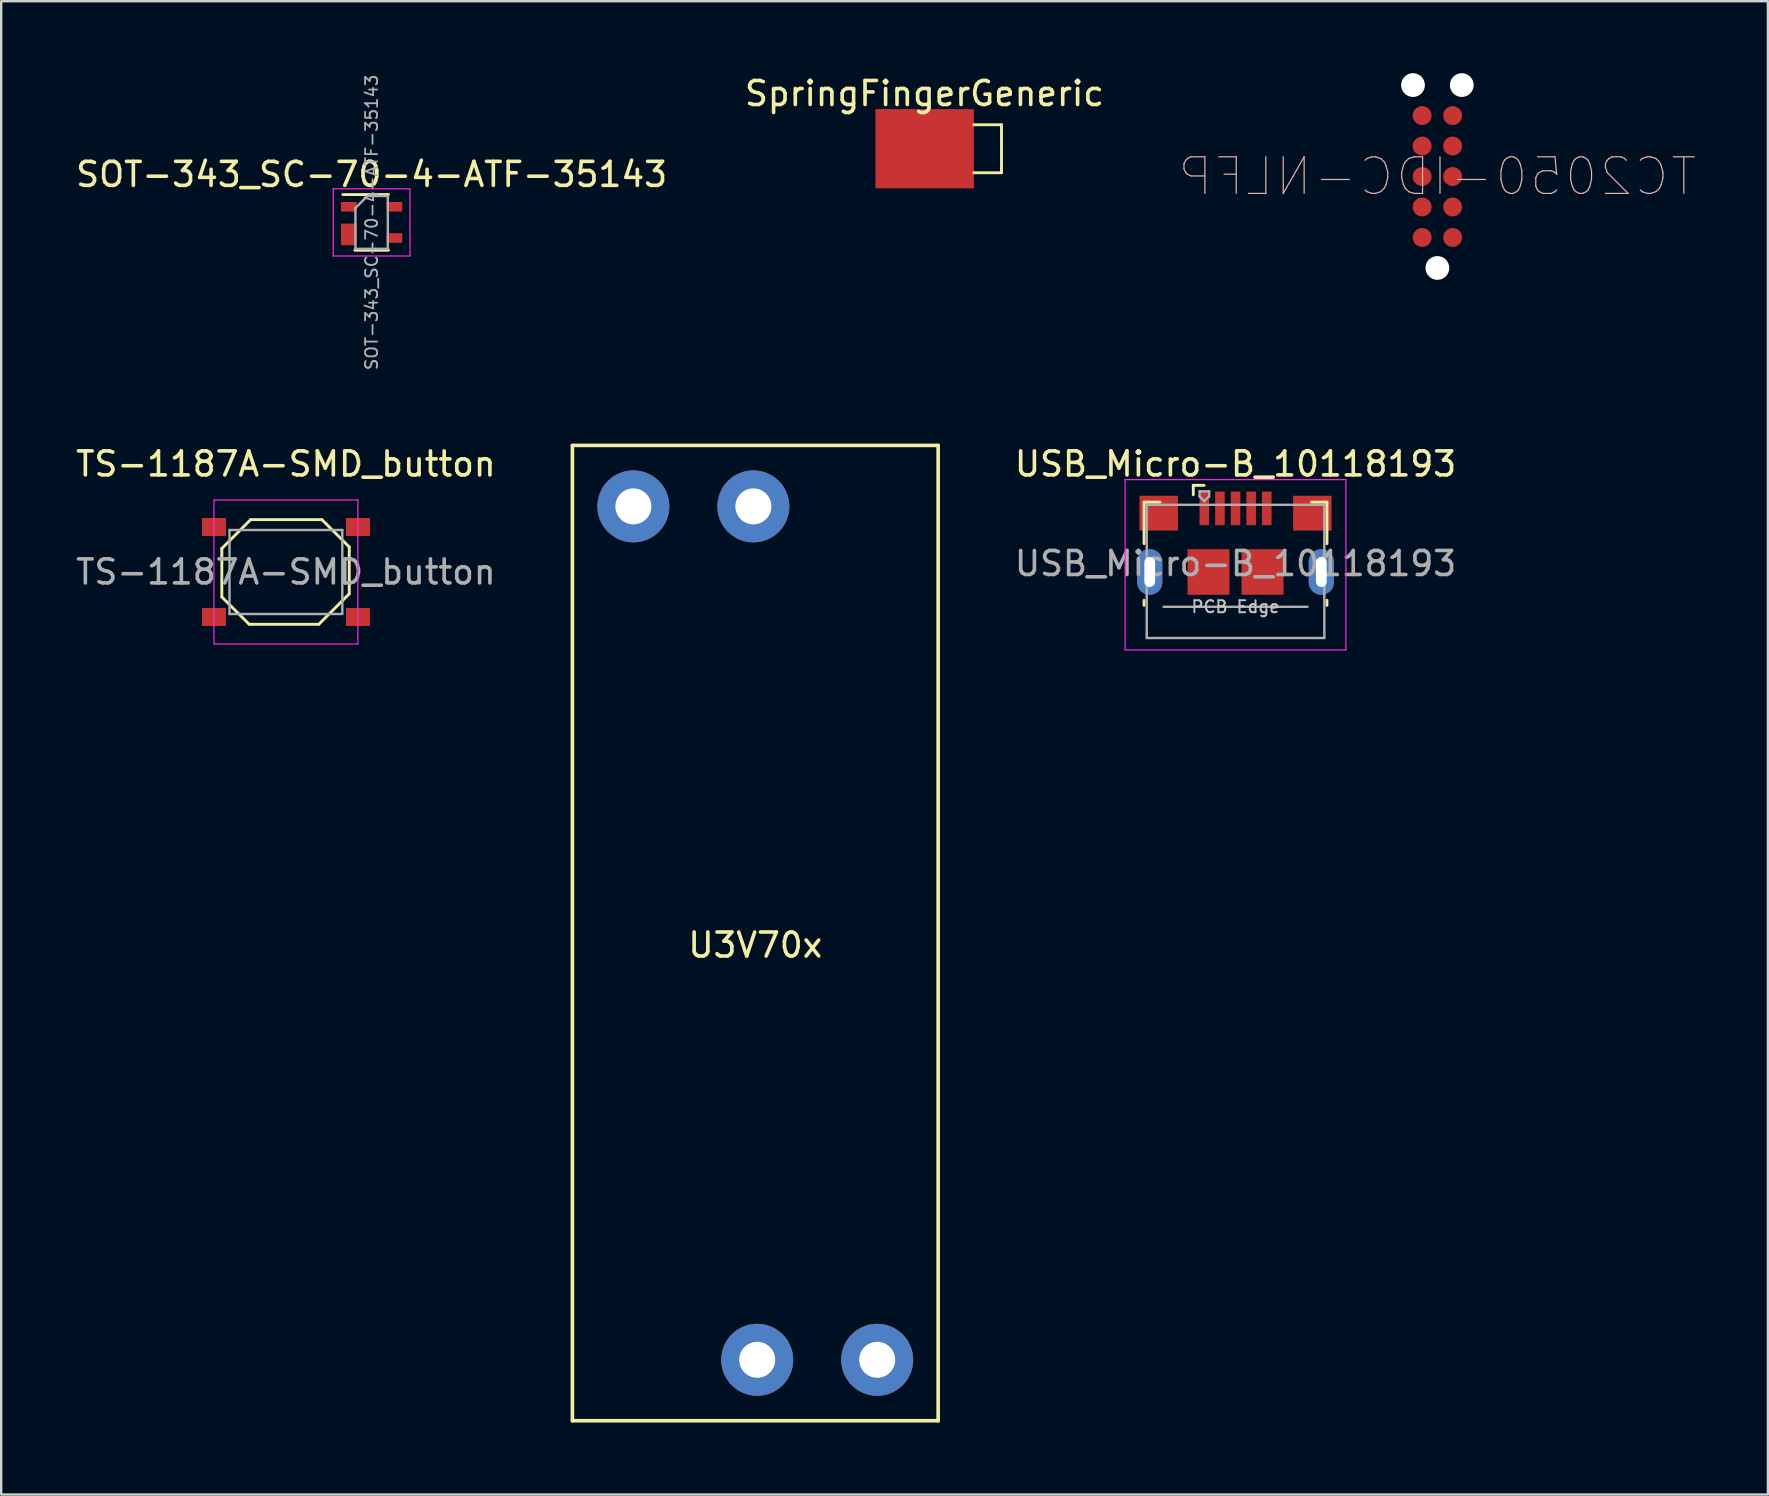
<source format=kicad_pcb>
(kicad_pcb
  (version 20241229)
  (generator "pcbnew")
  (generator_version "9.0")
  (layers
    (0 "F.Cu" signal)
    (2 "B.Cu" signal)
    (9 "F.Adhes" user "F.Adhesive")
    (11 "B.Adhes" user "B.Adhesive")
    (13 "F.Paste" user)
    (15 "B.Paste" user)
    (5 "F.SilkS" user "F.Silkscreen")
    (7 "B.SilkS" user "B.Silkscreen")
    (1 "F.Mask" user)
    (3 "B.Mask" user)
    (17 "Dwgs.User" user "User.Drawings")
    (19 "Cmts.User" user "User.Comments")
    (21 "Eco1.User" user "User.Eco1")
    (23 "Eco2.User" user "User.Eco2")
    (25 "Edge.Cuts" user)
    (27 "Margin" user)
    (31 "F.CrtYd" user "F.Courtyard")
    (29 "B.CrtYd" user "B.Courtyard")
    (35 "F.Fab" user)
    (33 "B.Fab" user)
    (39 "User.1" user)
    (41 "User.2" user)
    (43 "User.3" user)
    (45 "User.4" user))
  (footprint "SpringFingerGeneric"
    (layer "F.Cu")
    (at 35.48 3.148)
    (property "Reference" "SpringFingerGeneric" (at -0.01 -2.3 0) (layer "F.SilkS") (effects (font (size 1 1) (thickness 0.15))))
    (attr through_hole)
    (fp_line (start 2.05 1) (end 3.2 1) (stroke (width 0.12) (type solid)) (layer "F.SilkS"))
    (fp_line (start 3.2 -1) (end 2.05 -1) (stroke (width 0.12) (type solid)) (layer "F.SilkS"))
    (fp_line (start 3.2 1) (end 3.2 -1) (stroke (width 0.12) (type solid)) (layer "F.SilkS"))
    (pad "1" smd rect (at 0 0) (size 4.1 3.3) (layers "F.Cu" "F.Mask" "F.Paste")))
  (footprint "U3V70x"
    (layer "F.Cu")
    (at 28.421 35.83)
    (property "Reference" "U3V70x" (at 0 0.5 0) (layer "F.SilkS") (effects (font (size 1 1) (thickness 0.15))))
    (attr through_hole)
    (fp_line (start -7.62 -20.32) (end 7.62 -20.32) (stroke (width 0.15) (type solid)) (layer "F.SilkS"))
    (fp_line (start -7.62 20.32) (end -7.62 -20.32) (stroke (width 0.15) (type solid)) (layer "F.SilkS"))
    (fp_line (start 7.62 -20.32) (end 7.62 20.32) (stroke (width 0.15) (type solid)) (layer "F.SilkS"))
    (fp_line (start 7.62 20.32) (end -7.62 20.32) (stroke (width 0.15) (type solid)) (layer "F.SilkS"))
    (pad "1" thru_hole circle (at -5.08 -17.78) (size 3 3) (drill 1.5) (layers "*.Cu" "*.Mask"))
    (pad "2" thru_hole circle (at -0.08 -17.78) (size 3 3) (drill 1.5) (layers "*.Cu" "*.Mask"))
    (pad "3" thru_hole circle (at 5.08 17.78) (size 3 3) (drill 1.5) (layers "*.Cu" "*.Mask"))
    (pad "4" thru_hole circle (at 0.08 17.78) (size 3 3) (drill 1.5) (layers "*.Cu" "*.Mask")))
  (footprint "TS-1187A-SMD_button"
    (layer "F.Cu")
    (at 8.863 20.783)
    (property "Reference" "TS-1187A-SMD_button" (at 0 -4.5 0) (layer "F.SilkS") (effects (font (size 1 1) (thickness 0.15))))
    (attr smd)
    (fp_line (start -2.67 -0.98) (end -2.67 1.04) (stroke (width 0.12) (type solid)) (layer "F.SilkS"))
    (fp_line (start -2.67 1.04) (end -1.55 2.16) (stroke (width 0.12) (type solid)) (layer "F.SilkS"))
    (fp_line (start -1.47 -2.18) (end -2.67 -0.98) (stroke (width 0.12) (type solid)) (layer "F.SilkS"))
    (fp_line (start -1.41 2.18) (end -1.53 2.18) (stroke (width 0.12) (type solid)) (layer "F.SilkS"))
    (fp_line (start -1.41 2.18) (end 1.37 2.18) (stroke (width 0.12) (type solid)) (layer "F.SilkS"))
    (fp_line (start 1.37 2.18) (end 2.64 0.91) (stroke (width 0.12) (type solid)) (layer "F.SilkS"))
    (fp_line (start 1.5 -2.18) (end -1.47 -2.18) (stroke (width 0.12) (type solid)) (layer "F.SilkS"))
    (fp_line (start 2.64 -1.04) (end 1.5 -2.18) (stroke (width 0.12) (type solid)) (layer "F.SilkS"))
    (fp_line (start 2.64 0.91) (end 2.64 -1.04) (stroke (width 0.12) (type solid)) (layer "F.SilkS"))
    (fp_line (start -3 3) (end -3 -3) (stroke (width 0.05) (type solid)) (layer "F.CrtYd"))
    (fp_line (start 3 -3) (end -3 -3) (stroke (width 0.05) (type solid)) (layer "F.CrtYd"))
    (fp_line (start 3 3) (end -3 3) (stroke (width 0.05) (type solid)) (layer "F.CrtYd"))
    (fp_line (start 3 3) (end 3 -3) (stroke (width 0.05) (type solid)) (layer "F.CrtYd"))
    (fp_line (start -2.35 1.75) (end -2.35 -1.75) (stroke (width 0.1) (type solid)) (layer "F.Fab"))
    (fp_line (start 2.35 -1.75) (end -2.35 -1.75) (stroke (width 0.1) (type solid)) (layer "F.Fab"))
    (fp_line (start 2.35 1.75) (end -2.35 1.75) (stroke (width 0.1) (type solid)) (layer "F.Fab"))
    (fp_line (start 2.35 1.75) (end 2.35 -1.75) (stroke (width 0.1) (type solid)) (layer "F.Fab"))
    (fp_text user "${REFERENCE}" (at 0 0 0) (layer "F.Fab") (effects (font (size 1 1) (thickness 0.15))))
    (pad "1" smd rect (at -3 -1.875 180) (size 1 0.75) (layers "F.Cu" "F.Mask" "F.Paste"))
    (pad "1" smd rect (at 3 -1.875 180) (size 1 0.75) (layers "F.Cu" "F.Mask" "F.Paste"))
    (pad "2" smd rect (at -3 1.875 180) (size 1 0.75) (layers "F.Cu" "F.Mask" "F.Paste"))
    (pad "2" smd rect (at 3 1.875 180) (size 1 0.75) (layers "F.Cu" "F.Mask" "F.Paste")))
  (footprint "USB_Micro-B_10118193"
    (layer "F.Cu")
    (at 48.432 19.583)
    (property "Reference" "USB_Micro-B_10118193" (at 0 -3.3 0) (layer "F.SilkS") (effects (font (size 1 1) (thickness 0.15))))
    (attr smd)
    (fp_line (start -3.81 -1.71) (end -3.15 -1.71) (stroke (width 0.12) (type solid)) (layer "F.SilkS"))
    (fp_line (start -3.81 0.02) (end -3.81 -1.71) (stroke (width 0.12) (type solid)) (layer "F.SilkS"))
    (fp_line (start -3.81 2.59) (end -3.81 2.38) (stroke (width 0.12) (type solid)) (layer "F.SilkS"))
    (fp_line (start -1.76 -2.41) (end -1.76 -2.02) (stroke (width 0.12) (type solid)) (layer "F.SilkS"))
    (fp_line (start -1.76 -2.41) (end -1.31 -2.41) (stroke (width 0.12) (type solid)) (layer "F.SilkS"))
    (fp_line (start 3.81 -1.71) (end 3.16 -1.71) (stroke (width 0.12) (type solid)) (layer "F.SilkS"))
    (fp_line (start 3.81 0.02) (end 3.81 -1.71) (stroke (width 0.12) (type solid)) (layer "F.SilkS"))
    (fp_line (start 3.81 2.59) (end 3.81 2.38) (stroke (width 0.12) (type solid)) (layer "F.SilkS"))
    (fp_line (start -4.6 -2.65) (end 4.6 -2.65) (stroke (width 0.05) (type solid)) (layer "F.CrtYd"))
    (fp_line (start -4.6 4.45) (end -4.6 -2.65) (stroke (width 0.05) (type solid)) (layer "F.CrtYd"))
    (fp_line (start -4.6 4.45) (end 4.6 4.45) (stroke (width 0.05) (type solid)) (layer "F.CrtYd"))
    (fp_line (start 4.6 -2.65) (end 4.6 4.45) (stroke (width 0.05) (type solid)) (layer "F.CrtYd"))
    (fp_line (start -3.7 -1.6) (end 3.7 -1.6) (stroke (width 0.1) (type solid)) (layer "F.Fab"))
    (fp_line (start -3.7 3.95) (end -3.7 -1.6) (stroke (width 0.1) (type solid)) (layer "F.Fab"))
    (fp_line (start -3.7 3.95) (end 3.7 3.95) (stroke (width 0.1) (type solid)) (layer "F.Fab"))
    (fp_line (start -3 2.65) (end 3 2.65) (stroke (width 0.1) (type solid)) (layer "F.Fab"))
    (fp_line (start -1.5 -2.16) (end -1.5 -1.95) (stroke (width 0.1) (type solid)) (layer "F.Fab"))
    (fp_line (start -1.5 -2.16) (end -1.1 -2.16) (stroke (width 0.1) (type solid)) (layer "F.Fab"))
    (fp_line (start -1.3 -1.75) (end -1.5 -1.95) (stroke (width 0.1) (type solid)) (layer "F.Fab"))
    (fp_line (start -1.1 -2.16) (end -1.1 -1.95) (stroke (width 0.1) (type solid)) (layer "F.Fab"))
    (fp_line (start -1.1 -1.95) (end -1.3 -1.75) (stroke (width 0.1) (type solid)) (layer "F.Fab"))
    (fp_line (start 3.7 3.95) (end 3.7 -1.6) (stroke (width 0.1) (type solid)) (layer "F.Fab"))
    (fp_text user "PCB Edge" (at 0 2.65 0) (layer "Dwgs.User") (effects (font (size 0.5 0.5) (thickness 0.08))))
    (fp_text user "${REFERENCE}" (at 0 0.85 0) (layer "F.Fab") (effects (font (size 1 1) (thickness 0.15))))
    (pad "1" smd rect (at -1.3 -1.45) (size 0.4 1.4) (layers "F.Cu" "F.Mask" "F.Paste"))
    (pad "2" smd rect (at -0.65 -1.45) (size 0.4 1.4) (layers "F.Cu" "F.Mask" "F.Paste"))
    (pad "3" smd rect (at 0 -1.45) (size 0.4 1.4) (layers "F.Cu" "F.Mask" "F.Paste"))
    (pad "4" smd rect (at 0.65 -1.45) (size 0.4 1.4) (layers "F.Cu" "F.Mask" "F.Paste"))
    (pad "5" smd rect (at 1.3 -1.45) (size 0.4 1.4) (layers "F.Cu" "F.Mask" "F.Paste"))
    (pad "6" smd rect (at 3.2 -1.25) (size 1.6 1.45) (layers "F.Cu" "F.Mask" "F.Paste"))
    (pad "7" smd rect (at -3.2 -1.25) (size 1.6 1.45) (layers "F.Cu" "F.Mask" "F.Paste"))
    (pad "8" smd rect (at -1.125 1.2) (size 1.75 1.9) (layers "F.Cu" "F.Mask" "F.Paste"))
    (pad "9" smd rect (at 1.125 1.2) (size 1.75 1.9) (layers "F.Cu" "F.Mask" "F.Paste"))
    (pad "10" thru_hole oval (at -3.575 1.2 180) (size 1.05 1.9) (drill oval 0.45 1.25) (layers "*.Cu" "*.Mask"))
    (pad "11" thru_hole oval (at 3.575 1.2) (size 1.05 1.9) (drill oval 0.45 1.25) (layers "*.Cu" "*.Mask")))
  (footprint "SOT-343_SC-70-4-ATF-35143"
    (layer "F.Cu")
    (at 12.435 6.217)
    (property "Reference" "SOT-343_SC-70-4-ATF-35143" (at 0 -2 0) (layer "F.SilkS") (effects (font (size 1 1) (thickness 0.15))))
    (attr smd)
    (fp_line (start -0.7 1.16) (end 0.7 1.16) (stroke (width 0.12) (type solid)) (layer "F.SilkS"))
    (fp_line (start 0.7 -1.16) (end -1.2 -1.16) (stroke (width 0.12) (type solid)) (layer "F.SilkS"))
    (fp_line (start -1.6 -1.4) (end -1.6 1.4) (stroke (width 0.05) (type solid)) (layer "F.CrtYd"))
    (fp_line (start -1.6 -1.4) (end 1.6 -1.4) (stroke (width 0.05) (type solid)) (layer "F.CrtYd"))
    (fp_line (start -1.6 1.4) (end 1.6 1.4) (stroke (width 0.05) (type solid)) (layer "F.CrtYd"))
    (fp_line (start 1.6 1.4) (end 1.6 -1.4) (stroke (width 0.05) (type solid)) (layer "F.CrtYd"))
    (fp_line (start -0.675 -0.6) (end -0.675 1.1) (stroke (width 0.1) (type solid)) (layer "F.Fab"))
    (fp_line (start -0.175 -1.1) (end -0.675 -0.6) (stroke (width 0.1) (type solid)) (layer "F.Fab"))
    (fp_line (start 0.675 -1.1) (end -0.175 -1.1) (stroke (width 0.1) (type solid)) (layer "F.Fab"))
    (fp_line (start 0.675 -1.1) (end 0.675 1.1) (stroke (width 0.1) (type solid)) (layer "F.Fab"))
    (fp_line (start 0.675 1.1) (end -0.675 1.1) (stroke (width 0.1) (type solid)) (layer "F.Fab"))
    (fp_text user "${REFERENCE}" (at 0 0 90) (layer "F.Fab") (effects (font (size 0.5 0.5) (thickness 0.075))))
    (pad "1" smd rect (at -0.95 -0.65) (size 0.65 0.4) (layers "F.Cu" "F.Mask" "F.Paste"))
    (pad "2" smd rect (at -0.95 0.5) (size 0.65 0.9) (layers "F.Cu" "F.Mask" "F.Paste"))
    (pad "2" smd rect (at 0.95 -0.65) (size 0.65 0.4) (layers "F.Cu" "F.Mask" "F.Paste"))
    (pad "3" smd rect (at 0.95 0.65) (size 0.65 0.4) (layers "F.Cu" "F.Mask" "F.Paste")))
  (footprint "TC2050-IDC-NLFP"
    (layer "F.Cu")
    (at 56.843 4.305)
    (property "Reference" "TC2050-IDC-NLFP" (at 0 0 0) (layer "B.SilkS") (effects (font (size 1.524 1.524) (thickness 0.05)) (justify mirror)))
    (attr smd)
    (pad "" np_thru_hole circle (at -1.016 -3.81 90) (size 0.991 0.991) (drill 0.991) (layers "*.Cu" "*.Paste" "*.Mask"))
    (pad "" np_thru_hole circle (at 0 3.81 90) (size 0.991 0.991) (drill 0.991) (layers "*.Cu" "*.Paste" "*.Mask"))
    (pad "" np_thru_hole circle (at 1.016 -3.81 90) (size 0.991 0.991) (drill 0.991) (layers "*.Cu" "*.Paste" "*.Mask"))
    (pad "1" smd circle (at 0.635 2.54 180) (size 0.787 0.787) (layers "F.Cu" "F.Mask" "F.Paste"))
    (pad "2" smd circle (at 0.635 1.27 180) (size 0.787 0.787) (layers "F.Cu" "F.Mask" "F.Paste"))
    (pad "3" smd circle (at 0.635 0 180) (size 0.787 0.787) (layers "F.Cu" "F.Mask" "F.Paste"))
    (pad "4" smd circle (at 0.635 -1.27 180) (size 0.787 0.787) (layers "F.Cu" "F.Mask" "F.Paste"))
    (pad "5" smd circle (at 0.635 -2.54 180) (size 0.787 0.787) (layers "F.Cu" "F.Mask" "F.Paste"))
    (pad "6" smd circle (at -0.635 -2.54 180) (size 0.787 0.787) (layers "F.Cu" "F.Mask" "F.Paste"))
    (pad "7" smd circle (at -0.635 -1.27 180) (size 0.787 0.787) (layers "F.Cu" "F.Mask" "F.Paste"))
    (pad "8" smd circle (at -0.635 0 180) (size 0.787 0.787) (layers "F.Cu" "F.Mask" "F.Paste"))
    (pad "9" smd circle (at -0.635 1.27 180) (size 0.787 0.787) (layers "F.Cu" "F.Mask" "F.Paste"))
    (pad "10" smd circle (at -0.635 2.54 180) (size 0.787 0.787) (layers "F.Cu" "F.Mask" "F.Paste")))
  (gr_rect
    (start -3 -3)
    (end 70.615 59.225)
    (stroke (width 0.1) (type default))
    (fill no)
    (layer "Edge.Cuts")))
</source>
